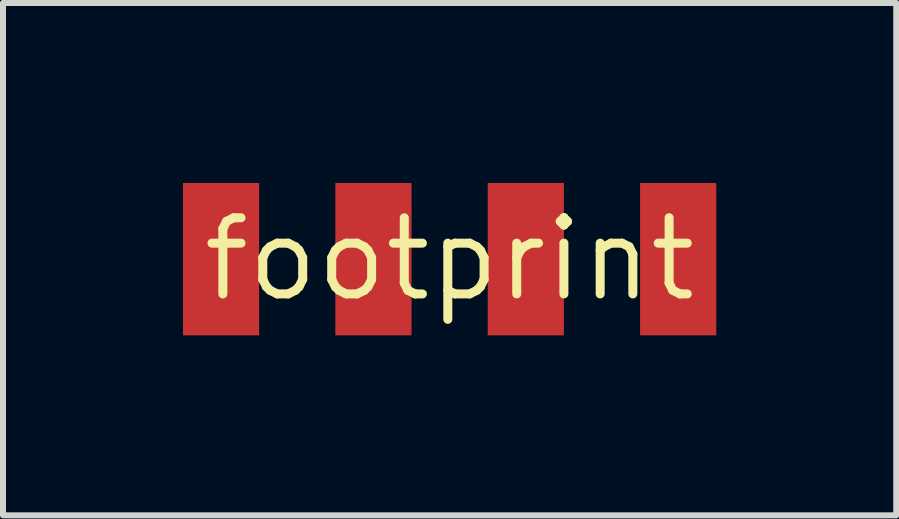
<source format=kicad_pcb>
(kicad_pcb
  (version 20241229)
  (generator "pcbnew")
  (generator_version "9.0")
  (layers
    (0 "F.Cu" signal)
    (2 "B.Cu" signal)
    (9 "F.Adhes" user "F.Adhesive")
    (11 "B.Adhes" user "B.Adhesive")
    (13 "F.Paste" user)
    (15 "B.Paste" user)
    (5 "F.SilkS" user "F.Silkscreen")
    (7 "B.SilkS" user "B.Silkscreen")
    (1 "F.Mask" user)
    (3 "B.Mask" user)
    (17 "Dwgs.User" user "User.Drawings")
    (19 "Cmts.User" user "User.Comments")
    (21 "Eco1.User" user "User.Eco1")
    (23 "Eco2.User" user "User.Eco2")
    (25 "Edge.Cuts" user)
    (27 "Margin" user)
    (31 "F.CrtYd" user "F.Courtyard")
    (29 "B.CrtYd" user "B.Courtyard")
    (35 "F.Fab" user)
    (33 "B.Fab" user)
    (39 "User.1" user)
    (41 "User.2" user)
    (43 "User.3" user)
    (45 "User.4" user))
  (footprint "footprint"
    (layer "F.Cu")
    (at 4.445 1.27)
    (property "Reference" "footprint" (at 0 0 0) (layer "F.SilkS") (effects (font (size 1.27 1.27) (thickness 0.15))))
    (pad "1" smd rect (at -3.81 0) (size 1.27 2.54) (layers "F.Cu" "F.Mask" "F.Paste"))
    (pad "2" smd rect (at -1.27 0) (size 1.27 2.54) (layers "F.Cu" "F.Mask" "F.Paste"))
    (pad "3" smd rect (at 1.27 0) (size 1.27 2.54) (layers "F.Cu" "F.Mask" "F.Paste"))
    (pad "4" smd rect (at 3.81 0) (size 1.27 2.54) (layers "F.Cu" "F.Mask" "F.Paste")))
  (gr_rect
    (start -3 -3)
    (end 11.89 5.54)
    (stroke (width 0.1) (type default))
    (fill no)
    (layer "Edge.Cuts")))
</source>
